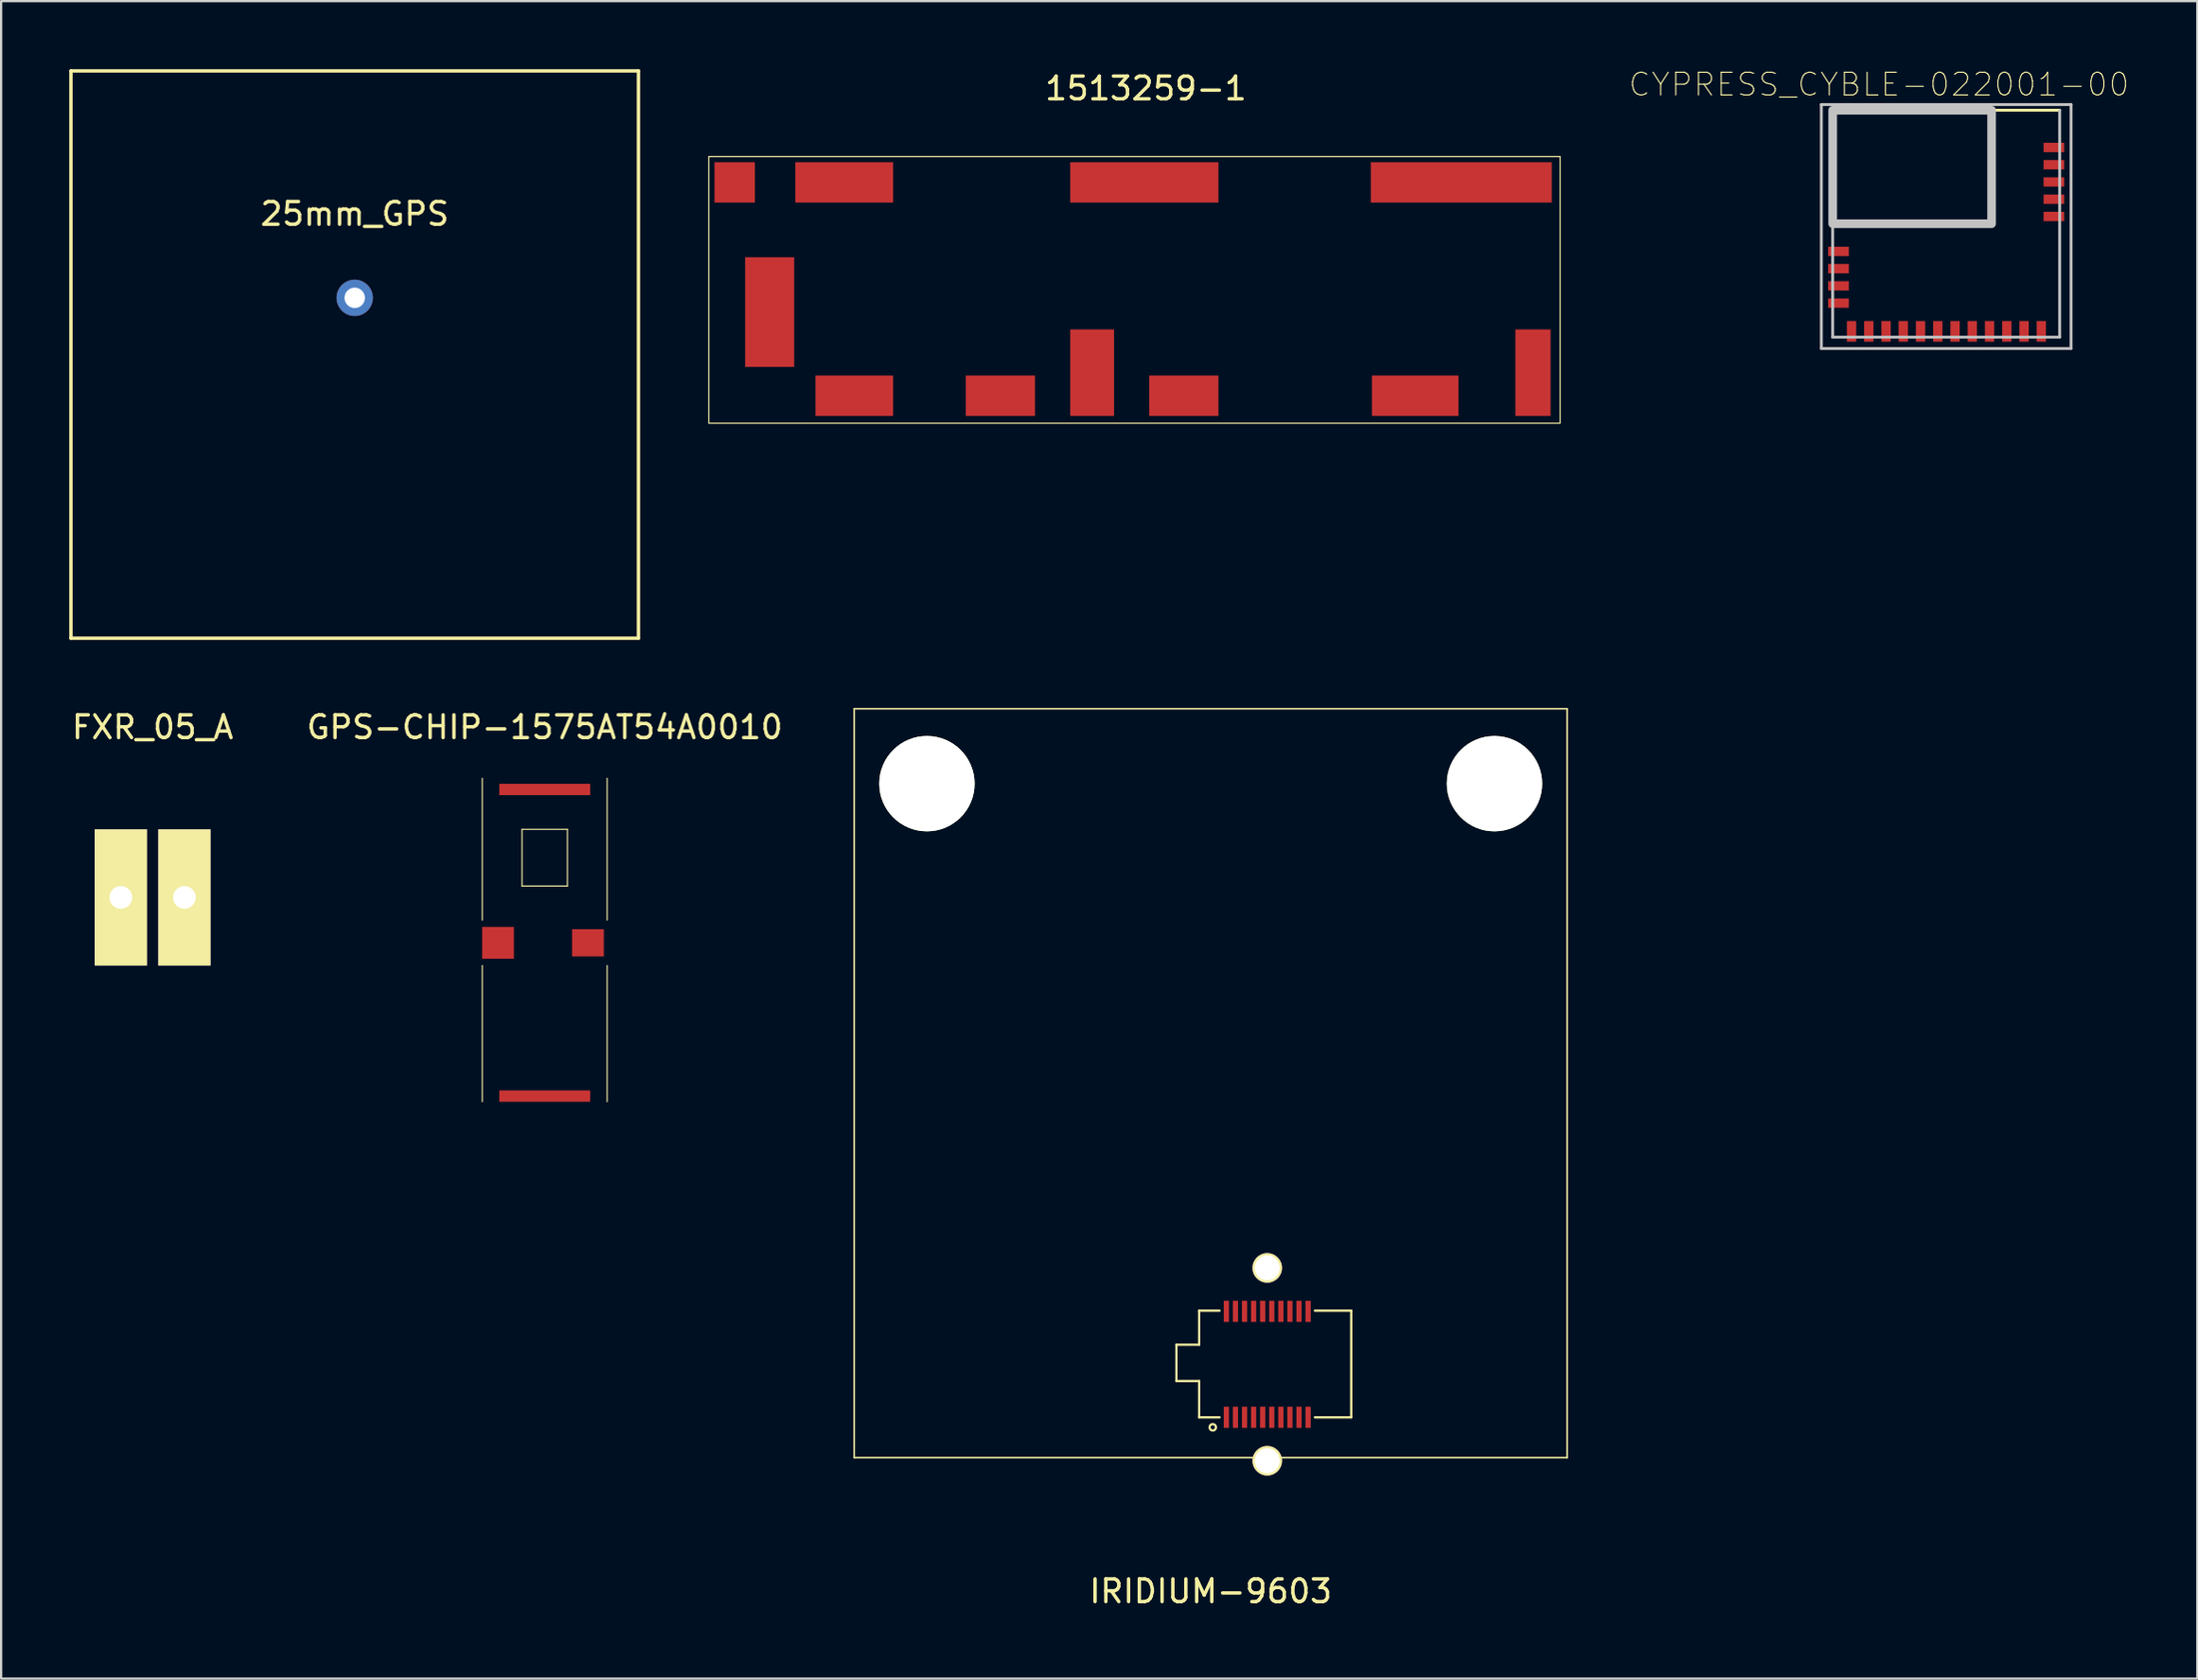
<source format=kicad_pcb>
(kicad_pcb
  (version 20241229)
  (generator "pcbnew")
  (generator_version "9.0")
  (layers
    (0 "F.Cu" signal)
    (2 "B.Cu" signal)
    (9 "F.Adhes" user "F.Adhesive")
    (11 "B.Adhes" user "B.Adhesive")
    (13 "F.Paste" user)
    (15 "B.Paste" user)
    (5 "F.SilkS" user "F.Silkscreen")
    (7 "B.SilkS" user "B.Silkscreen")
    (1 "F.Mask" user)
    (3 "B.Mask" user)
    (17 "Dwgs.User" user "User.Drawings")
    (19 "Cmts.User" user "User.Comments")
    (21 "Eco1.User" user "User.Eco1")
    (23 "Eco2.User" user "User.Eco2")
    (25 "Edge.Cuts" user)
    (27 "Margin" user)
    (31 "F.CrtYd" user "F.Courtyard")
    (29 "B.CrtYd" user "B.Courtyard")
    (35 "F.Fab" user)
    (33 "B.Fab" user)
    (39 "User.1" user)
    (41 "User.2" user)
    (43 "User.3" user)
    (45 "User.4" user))
  (footprint "IRIDIUM-9603"
    (layer "F.Cu")
    (at 50.283 57.075)
    (property "Reference" "IRIDIUM-9603" (at 0 10 0) (layer "F.SilkS") (effects (font (size 1 1) (thickness 0.15))))
    (attr through_hole)
    (fp_line (start -15.7 -28.89) (end -15.7 4.11) (stroke (width 0.07) (type solid)) (layer "F.SilkS"))
    (fp_line (start -15.7 -28.89) (end 15.7 -28.89) (stroke (width 0.07) (type solid)) (layer "F.SilkS"))
    (fp_line (start -15.7 4.11) (end 15.7 4.11) (stroke (width 0.07) (type solid)) (layer "F.SilkS"))
    (fp_line (start -1.51 -0.865) (end -0.51 -0.865) (stroke (width 0.1) (type solid)) (layer "F.SilkS"))
    (fp_line (start -1.51 0.735) (end -1.51 -0.865) (stroke (width 0.1) (type solid)) (layer "F.SilkS"))
    (fp_line (start -0.51 -2.365) (end 0.39 -2.365) (stroke (width 0.1) (type solid)) (layer "F.SilkS"))
    (fp_line (start -0.51 -0.865) (end -0.51 -2.365) (stroke (width 0.1) (type solid)) (layer "F.SilkS"))
    (fp_line (start -0.51 0.735) (end -1.51 0.735) (stroke (width 0.1) (type solid)) (layer "F.SilkS"))
    (fp_line (start -0.51 2.335) (end -0.51 0.735) (stroke (width 0.1) (type solid)) (layer "F.SilkS"))
    (fp_line (start 0.39 2.335) (end -0.51 2.335) (stroke (width 0.1) (type solid)) (layer "F.SilkS"))
    (fp_line (start 4.59 2.335) (end 6.19 2.335) (stroke (width 0.1) (type solid)) (layer "F.SilkS"))
    (fp_line (start 6.19 -2.365) (end 4.59 -2.365) (stroke (width 0.1) (type solid)) (layer "F.SilkS"))
    (fp_line (start 6.19 2.335) (end 6.19 -2.365) (stroke (width 0.1) (type solid)) (layer "F.SilkS"))
    (fp_line (start 15.7 -28.89) (end 15.7 4.11) (stroke (width 0.07) (type solid)) (layer "F.SilkS"))
    (fp_circle (center 0.09 2.776) (end -0.01 2.676) (stroke (width 0.1) (type solid)) (fill no) (layer "F.SilkS"))
    (pad "" np_thru_hole circle (at -12.5 -25.59) (size 4.2 4.2) (drill 4.2) (layers "*.Cu" "*.Mask" "F.SilkS"))
    (pad "" np_thru_hole circle (at 2.49 -4.25 180) (size 1.3 1.3) (drill 1.1) (layers "*.Cu" "*.Mask" "F.SilkS"))
    (pad "" np_thru_hole circle (at 2.49 4.25 180) (size 1.3 1.3) (drill 1.1) (layers "*.Cu" "*.Mask" "F.SilkS"))
    (pad "" np_thru_hole circle (at 12.5 -25.59) (size 4.2 4.2) (drill 4.2) (layers "*.Cu" "*.Mask" "F.SilkS"))
    (pad "1" smd rect (at 0.69 2.335 180) (size 0.23 0.93) (layers "F.Cu" "F.Mask" "F.Paste"))
    (pad "2" smd rect (at 0.69 -2.335 180) (size 0.23 0.93) (layers "F.Cu" "F.Mask" "F.Paste"))
    (pad "3" smd rect (at 1.09 2.335 180) (size 0.23 0.93) (layers "F.Cu" "F.Mask" "F.Paste"))
    (pad "4" smd rect (at 1.09 -2.335 180) (size 0.23 0.93) (layers "F.Cu" "F.Mask" "F.Paste"))
    (pad "5" smd rect (at 1.49 2.335 180) (size 0.23 0.93) (layers "F.Cu" "F.Mask" "F.Paste"))
    (pad "6" smd rect (at 1.49 -2.335 180) (size 0.23 0.93) (layers "F.Cu" "F.Mask" "F.Paste"))
    (pad "7" smd rect (at 1.89 2.335 180) (size 0.23 0.93) (layers "F.Cu" "F.Mask" "F.Paste"))
    (pad "8" smd rect (at 1.89 -2.335 180) (size 0.23 0.93) (layers "F.Cu" "F.Mask" "F.Paste"))
    (pad "9" smd rect (at 2.29 2.335 180) (size 0.23 0.93) (layers "F.Cu" "F.Mask" "F.Paste"))
    (pad "10" smd rect (at 2.29 -2.335 180) (size 0.23 0.93) (layers "F.Cu" "F.Mask" "F.Paste"))
    (pad "11" smd rect (at 2.69 2.335 180) (size 0.23 0.93) (layers "F.Cu" "F.Mask" "F.Paste"))
    (pad "12" smd rect (at 2.69 -2.335 180) (size 0.23 0.93) (layers "F.Cu" "F.Mask" "F.Paste"))
    (pad "13" smd rect (at 3.09 2.335 180) (size 0.23 0.93) (layers "F.Cu" "F.Mask" "F.Paste"))
    (pad "14" smd rect (at 3.09 -2.335 180) (size 0.23 0.93) (layers "F.Cu" "F.Mask" "F.Paste"))
    (pad "15" smd rect (at 3.49 2.335 180) (size 0.23 0.93) (layers "F.Cu" "F.Mask" "F.Paste"))
    (pad "16" smd rect (at 3.49 -2.335 180) (size 0.23 0.93) (layers "F.Cu" "F.Mask" "F.Paste"))
    (pad "17" smd rect (at 3.89 2.335 180) (size 0.23 0.93) (layers "F.Cu" "F.Mask" "F.Paste"))
    (pad "18" smd rect (at 3.89 -2.335 180) (size 0.23 0.93) (layers "F.Cu" "F.Mask" "F.Paste"))
    (pad "19" smd rect (at 4.29 2.335 180) (size 0.23 0.93) (layers "F.Cu" "F.Mask" "F.Paste"))
    (pad "20" smd rect (at 4.29 -2.335 180) (size 0.23 0.93) (layers "F.Cu" "F.Mask" "F.Paste")))
  (footprint "GPS-CHIP-1575AT54A0010"
    (layer "F.Cu")
    (at 20.946 38.498)
    (property "Reference" "GPS-CHIP-1575AT54A0010" (at 0 -9.5 0) (layer "F.SilkS") (effects (font (size 1 1) (thickness 0.15))))
    (attr through_hole)
    (fp_line (start -2.75 -7.25) (end -2.75 -1) (stroke (width 0.05) (type solid)) (layer "F.SilkS"))
    (fp_line (start -2.75 1) (end -2.75 7) (stroke (width 0.05) (type solid)) (layer "F.SilkS"))
    (fp_line (start -1 -5) (end -1 -2.5) (stroke (width 0.05) (type solid)) (layer "F.SilkS"))
    (fp_line (start -1 -2.5) (end 1 -2.5) (stroke (width 0.05) (type solid)) (layer "F.SilkS"))
    (fp_line (start 1 -5) (end -1 -5) (stroke (width 0.05) (type solid)) (layer "F.SilkS"))
    (fp_line (start 1 -2.5) (end 1 -5) (stroke (width 0.05) (type solid)) (layer "F.SilkS"))
    (fp_line (start 2.75 -1) (end 2.75 -7.25) (stroke (width 0.05) (type solid)) (layer "F.SilkS"))
    (fp_line (start 2.75 7) (end 2.75 1) (stroke (width 0.05) (type solid)) (layer "F.SilkS"))
    (pad "" smd rect (at 1.905 0) (size 1.4 1.199) (layers "F.Cu" "F.Mask" "F.Paste"))
    (pad "1" smd rect (at -2.057 0) (size 1.4 1.4) (layers "F.Cu" "F.Mask" "F.Paste"))
    (pad "2" smd rect (at 0 -6.756) (size 4 0.5) (layers "F.Cu" "F.Mask" "F.Paste"))
    (pad "4" smd rect (at 0 6.756) (size 4 0.5) (layers "F.Cu" "F.Mask" "F.Paste")))
  (footprint "FXR_05_A"
    (layer "F.Cu")
    (at 3.673 36.498)
    (property "Reference" "FXR_05_A" (at 0 -7.5 0) (layer "F.SilkS") (effects (font (size 1 1) (thickness 0.15))))
    (attr through_hole)
    (pad "1" thru_hole trapezoid (at -1.4 0) (size 2.3 6) (drill 1) (layers "*.Cu" "*.Mask" "F.SilkS"))
    (pad "2" thru_hole trapezoid (at 1.4 0) (size 2.3 6) (drill 1) (layers "*.Cu" "*.Mask" "F.SilkS")))
  (footprint "1513259-1"
    (layer "F.Cu")
    (at 28.425 4.098)
    (property "Reference" "1513259-1" (at 19 -3.25 0) (layer "F.SilkS") (effects (font (size 1 1) (thickness 0.15))))
    (attr through_hole)
    (fp_line (start -0.25 -0.25) (end -0.25 11.5) (stroke (width 0.05) (type solid)) (layer "F.SilkS"))
    (fp_line (start -0.25 11.5) (end 37.25 11.5) (stroke (width 0.05) (type solid)) (layer "F.SilkS"))
    (fp_line (start 37.25 -0.25) (end -0.25 -0.25) (stroke (width 0.05) (type solid)) (layer "F.SilkS"))
    (fp_line (start 37.25 11.5) (end 37.25 -0.25) (stroke (width 0.05) (type solid)) (layer "F.SilkS"))
    (pad "" smd rect (at 0.89 0.89) (size 1.78 1.78) (layers "F.Cu" "F.Mask" "F.Paste"))
    (pad "" smd rect (at 2.43 6.605) (size 2.16 4.83) (layers "F.Cu" "F.Mask" "F.Paste"))
    (pad "" smd rect (at 5.715 0.89) (size 4.31 1.78) (layers "F.Cu" "F.Mask" "F.Paste"))
    (pad "" smd rect (at 6.16 10.29) (size 3.42 1.78) (layers "F.Cu" "F.Mask" "F.Paste"))
    (pad "" smd rect (at 12.595 10.29) (size 3.05 1.78) (layers "F.Cu" "F.Mask" "F.Paste"))
    (pad "" smd rect (at 18.935 0.89) (size 6.53 1.78) (layers "F.Cu" "F.Mask" "F.Paste"))
    (pad "" smd rect (at 20.675 10.29) (size 3.05 1.78) (layers "F.Cu" "F.Mask" "F.Paste"))
    (pad "" smd rect (at 30.865 10.29) (size 3.81 1.78) (layers "F.Cu" "F.Mask" "F.Paste"))
    (pad "" smd rect (at 32.895 0.89) (size 7.97 1.78) (layers "F.Cu" "F.Mask" "F.Paste"))
    (pad "1" smd rect (at 16.635 9.275) (size 1.93 3.81) (layers "F.Cu" "F.Mask" "F.Paste"))
    (pad "2" smd rect (at 36.055 9.275) (size 1.55 3.81) (layers "F.Cu" "F.Mask" "F.Paste")))
  (footprint "25mm_GPS"
    (layer "F.Cu")
    (at 12.575 12.575)
    (property "Reference" "25mm_GPS" (at 0 -6.2 0) (layer "F.SilkS") (effects (font (size 1 1) (thickness 0.15))))
    (attr through_hole)
    (fp_line (start -12.5 -12.5) (end -12.5 12.5) (stroke (width 0.15) (type solid)) (layer "F.SilkS"))
    (fp_line (start -12.5 12.5) (end 12.5 12.5) (stroke (width 0.15) (type solid)) (layer "F.SilkS"))
    (fp_line (start 12.5 -12.5) (end -12.5 -12.5) (stroke (width 0.15) (type solid)) (layer "F.SilkS"))
    (fp_line (start 12.5 12.5) (end 12.5 -12.5) (stroke (width 0.15) (type solid)) (layer "F.SilkS"))
    (pad "1" thru_hole circle (at 0 -2.5) (size 1.6 1.6) (drill 0.9) (layers "*.Cu" "*.Mask")))
  (footprint "CYPRESS_CYBLE-022001-00"
    (layer "F.Cu")
    (at 82.683 6.808)
    (property "Reference" "CYPRESS_CYBLE-022001-00" (at -2.96 -6.135 0) (layer "F.SilkS") (effects (font (size 1 1) (thickness 0.05))))
    (attr smd)
    (fp_line (start 5 -5) (end -5 -5) (stroke (width 0.127) (type solid)) (layer "F.SilkS"))
    (fp_line (start -5.5 -5.25) (end -5.5 5.5) (stroke (width 0.127) (type solid)) (layer "Dwgs.User"))
    (fp_line (start -5.5 5.5) (end 5.5 5.5) (stroke (width 0.127) (type solid)) (layer "Dwgs.User"))
    (fp_line (start -5 -5) (end -5 5) (stroke (width 0.127) (type solid)) (layer "Dwgs.User"))
    (fp_line (start -5 5) (end 5 5) (stroke (width 0.127) (type solid)) (layer "Dwgs.User"))
    (fp_line (start 5 5) (end 5 -5) (stroke (width 0.127) (type solid)) (layer "Dwgs.User"))
    (fp_line (start 5.5 -5.25) (end -5.5 -5.25) (stroke (width 0.127) (type solid)) (layer "Dwgs.User"))
    (fp_line (start 5.5 5.5) (end 5.5 -5.25) (stroke (width 0.127) (type solid)) (layer "Dwgs.User"))
    (fp_poly (pts (xy -5 -5) (xy 2 -5) (xy 2 0) (xy -5 0)) (stroke (width 0.381) (type solid)) (fill no) (layer "Dwgs.User"))
    (pad "1" smd rect (at 4.745 -3.36) (size 0.91 0.41) (layers "F.Cu" "F.Mask" "F.Paste"))
    (pad "2" smd rect (at 4.745 -2.6) (size 0.91 0.41) (layers "F.Cu" "F.Mask" "F.Paste"))
    (pad "3" smd rect (at 4.745 -1.84) (size 0.91 0.41) (layers "F.Cu" "F.Mask" "F.Paste"))
    (pad "4" smd rect (at 4.745 -1.08) (size 0.91 0.41) (layers "F.Cu" "F.Mask" "F.Paste"))
    (pad "5" smd rect (at 4.745 -0.32) (size 0.91 0.41) (layers "F.Cu" "F.Mask" "F.Paste"))
    (pad "6" smd rect (at 4.19 4.745 90) (size 0.91 0.41) (layers "F.Cu" "F.Mask" "F.Paste"))
    (pad "7" smd rect (at 3.43 4.745 90) (size 0.91 0.41) (layers "F.Cu" "F.Mask" "F.Paste"))
    (pad "8" smd rect (at 2.67 4.745 90) (size 0.91 0.41) (layers "F.Cu" "F.Mask" "F.Paste"))
    (pad "9" smd rect (at 1.91 4.745 90) (size 0.91 0.41) (layers "F.Cu" "F.Mask" "F.Paste"))
    (pad "10" smd rect (at 1.15 4.745 90) (size 0.91 0.41) (layers "F.Cu" "F.Mask" "F.Paste"))
    (pad "11" smd rect (at 0.39 4.745 90) (size 0.91 0.41) (layers "F.Cu" "F.Mask" "F.Paste"))
    (pad "12" smd rect (at -0.37 4.745 90) (size 0.91 0.41) (layers "F.Cu" "F.Mask" "F.Paste"))
    (pad "13" smd rect (at -1.13 4.745 90) (size 0.91 0.41) (layers "F.Cu" "F.Mask" "F.Paste"))
    (pad "14" smd rect (at -1.89 4.745 90) (size 0.91 0.41) (layers "F.Cu" "F.Mask" "F.Paste"))
    (pad "15" smd rect (at -2.65 4.745 90) (size 0.91 0.41) (layers "F.Cu" "F.Mask" "F.Paste"))
    (pad "16" smd rect (at -3.41 4.745 90) (size 0.91 0.41) (layers "F.Cu" "F.Mask" "F.Paste"))
    (pad "17" smd rect (at -4.17 4.745 90) (size 0.91 0.41) (layers "F.Cu" "F.Mask" "F.Paste"))
    (pad "18" smd rect (at -4.745 3.5 180) (size 0.91 0.41) (layers "F.Cu" "F.Mask" "F.Paste"))
    (pad "19" smd rect (at -4.745 2.74 180) (size 0.91 0.41) (layers "F.Cu" "F.Mask" "F.Paste"))
    (pad "20" smd rect (at -4.745 1.98 180) (size 0.91 0.41) (layers "F.Cu" "F.Mask" "F.Paste"))
    (pad "21" smd rect (at -4.745 1.22 180) (size 0.91 0.41) (layers "F.Cu" "F.Mask" "F.Paste")))
  (gr_rect
    (start -3 -3)
    (end 93.745 70.923)
    (stroke (width 0.1) (type default))
    (fill no)
    (layer "Edge.Cuts")))
</source>
